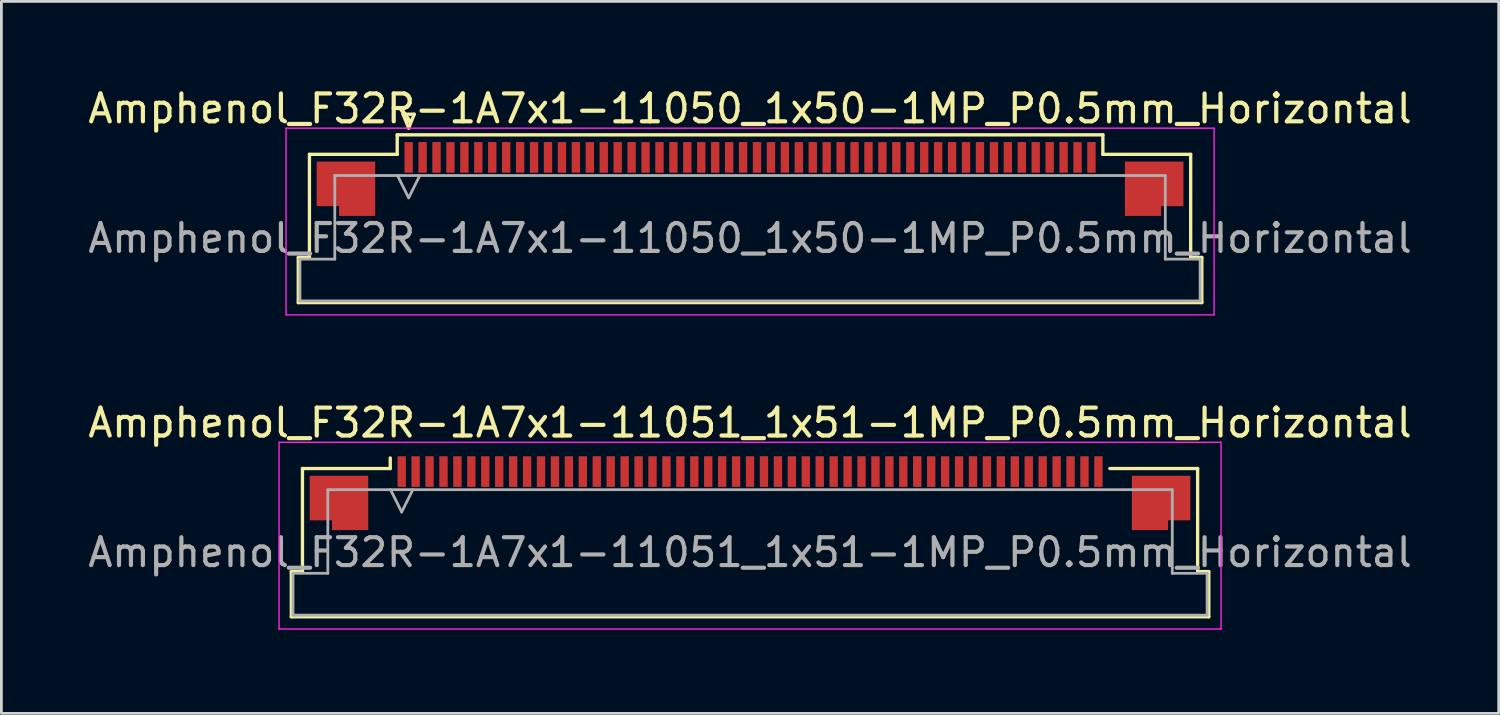
<source format=kicad_pcb>
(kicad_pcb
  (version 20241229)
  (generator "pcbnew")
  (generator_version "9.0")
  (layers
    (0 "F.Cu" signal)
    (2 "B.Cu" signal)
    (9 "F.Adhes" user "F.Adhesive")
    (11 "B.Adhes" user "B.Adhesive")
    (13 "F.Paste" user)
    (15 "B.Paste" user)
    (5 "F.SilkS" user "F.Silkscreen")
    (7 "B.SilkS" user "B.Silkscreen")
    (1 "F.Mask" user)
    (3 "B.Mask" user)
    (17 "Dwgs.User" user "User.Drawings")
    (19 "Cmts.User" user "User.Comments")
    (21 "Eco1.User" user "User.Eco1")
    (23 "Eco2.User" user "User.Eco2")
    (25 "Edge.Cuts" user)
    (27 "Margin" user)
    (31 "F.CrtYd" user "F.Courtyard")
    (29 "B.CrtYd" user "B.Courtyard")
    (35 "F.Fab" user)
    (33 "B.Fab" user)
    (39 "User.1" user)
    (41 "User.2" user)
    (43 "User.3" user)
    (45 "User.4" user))
  (footprint "Amphenol_F32R-1A7x1-11051_1x51-1MP_P0.5mm_Horizontal"
    (layer "F.Cu")
    (at 23.863 16.771)
    (property "Reference" "Amphenol_F32R-1A7x1-11051_1x51-1MP_P0.5mm_Horizontal" (at 0 -4.65 0) (layer "F.SilkS") (effects (font (size 1 1) (thickness 0.15))))
    (attr smd)
    (fp_line (start -16.46 0.69) (end -16.06 0.69) (stroke (width 0.12) (type solid)) (layer "F.SilkS"))
    (fp_line (start -16.46 2.31) (end -16.46 0.69) (stroke (width 0.12) (type solid)) (layer "F.SilkS"))
    (fp_line (start -16.06 -3.01) (end -12.91 -3.01) (stroke (width 0.12) (type solid)) (layer "F.SilkS"))
    (fp_line (start -16.06 0.69) (end -16.06 -3.01) (stroke (width 0.12) (type solid)) (layer "F.SilkS"))
    (fp_line (start -12.91 -3.01) (end -12.91 -3.39) (stroke (width 0.12) (type solid)) (layer "F.SilkS"))
    (fp_line (start 12.91 -3.01) (end 16.06 -3.01) (stroke (width 0.12) (type solid)) (layer "F.SilkS"))
    (fp_line (start 16.06 -3.01) (end 16.06 0.69) (stroke (width 0.12) (type solid)) (layer "F.SilkS"))
    (fp_line (start 16.06 0.69) (end 16.46 0.69) (stroke (width 0.12) (type solid)) (layer "F.SilkS"))
    (fp_line (start 16.46 0.69) (end 16.46 2.31) (stroke (width 0.12) (type solid)) (layer "F.SilkS"))
    (fp_line (start 16.46 2.31) (end -16.46 2.31) (stroke (width 0.12) (type solid)) (layer "F.SilkS"))
    (fp_line (start -16.9 -3.95) (end -16.9 2.75) (stroke (width 0.05) (type solid)) (layer "F.CrtYd"))
    (fp_line (start -16.9 2.75) (end 16.9 2.75) (stroke (width 0.05) (type solid)) (layer "F.CrtYd"))
    (fp_line (start 16.9 -3.95) (end -16.9 -3.95) (stroke (width 0.05) (type solid)) (layer "F.CrtYd"))
    (fp_line (start 16.9 2.75) (end 16.9 -3.95) (stroke (width 0.05) (type solid)) (layer "F.CrtYd"))
    (fp_line (start -16.4 0.75) (end -15.15 0.75) (stroke (width 0.1) (type solid)) (layer "F.Fab"))
    (fp_line (start -16.4 2.25) (end -16.4 0.75) (stroke (width 0.1) (type solid)) (layer "F.Fab"))
    (fp_line (start -15.15 -2.25) (end 15.15 -2.25) (stroke (width 0.1) (type solid)) (layer "F.Fab"))
    (fp_line (start -15.15 0.75) (end -15.15 -2.25) (stroke (width 0.1) (type solid)) (layer "F.Fab"))
    (fp_line (start -12.9 -2.25) (end -12.5 -1.45) (stroke (width 0.1) (type solid)) (layer "F.Fab"))
    (fp_line (start -12.5 -1.45) (end -12.1 -2.25) (stroke (width 0.1) (type solid)) (layer "F.Fab"))
    (fp_line (start 15.15 -2.25) (end 15.15 0.75) (stroke (width 0.1) (type solid)) (layer "F.Fab"))
    (fp_line (start 15.15 0.75) (end 16.4 0.75) (stroke (width 0.1) (type solid)) (layer "F.Fab"))
    (fp_line (start 16.4 0.75) (end 16.4 2.25) (stroke (width 0.1) (type solid)) (layer "F.Fab"))
    (fp_line (start 16.4 2.25) (end -16.4 2.25) (stroke (width 0.1) (type solid)) (layer "F.Fab"))
    (fp_text user "${REFERENCE}" (at 0 0 0) (layer "F.Fab") (effects (font (size 1 1) (thickness 0.15))))
    (pad "1" smd rect (at -12.5 -2.9) (size 0.3 1.1) (layers "F.Cu" "F.Mask" "F.Paste"))
    (pad "2" smd rect (at -12 -2.9) (size 0.3 1.1) (layers "F.Cu" "F.Mask" "F.Paste"))
    (pad "3" smd rect (at -11.5 -2.9) (size 0.3 1.1) (layers "F.Cu" "F.Mask" "F.Paste"))
    (pad "4" smd rect (at -11 -2.9) (size 0.3 1.1) (layers "F.Cu" "F.Mask" "F.Paste"))
    (pad "5" smd rect (at -10.5 -2.9) (size 0.3 1.1) (layers "F.Cu" "F.Mask" "F.Paste"))
    (pad "6" smd rect (at -10 -2.9) (size 0.3 1.1) (layers "F.Cu" "F.Mask" "F.Paste"))
    (pad "7" smd rect (at -9.5 -2.9) (size 0.3 1.1) (layers "F.Cu" "F.Mask" "F.Paste"))
    (pad "8" smd rect (at -9 -2.9) (size 0.3 1.1) (layers "F.Cu" "F.Mask" "F.Paste"))
    (pad "9" smd rect (at -8.5 -2.9) (size 0.3 1.1) (layers "F.Cu" "F.Mask" "F.Paste"))
    (pad "10" smd rect (at -8 -2.9) (size 0.3 1.1) (layers "F.Cu" "F.Mask" "F.Paste"))
    (pad "11" smd rect (at -7.5 -2.9) (size 0.3 1.1) (layers "F.Cu" "F.Mask" "F.Paste"))
    (pad "12" smd rect (at -7 -2.9) (size 0.3 1.1) (layers "F.Cu" "F.Mask" "F.Paste"))
    (pad "13" smd rect (at -6.5 -2.9) (size 0.3 1.1) (layers "F.Cu" "F.Mask" "F.Paste"))
    (pad "14" smd rect (at -6 -2.9) (size 0.3 1.1) (layers "F.Cu" "F.Mask" "F.Paste"))
    (pad "15" smd rect (at -5.5 -2.9) (size 0.3 1.1) (layers "F.Cu" "F.Mask" "F.Paste"))
    (pad "16" smd rect (at -5 -2.9) (size 0.3 1.1) (layers "F.Cu" "F.Mask" "F.Paste"))
    (pad "17" smd rect (at -4.5 -2.9) (size 0.3 1.1) (layers "F.Cu" "F.Mask" "F.Paste"))
    (pad "18" smd rect (at -4 -2.9) (size 0.3 1.1) (layers "F.Cu" "F.Mask" "F.Paste"))
    (pad "19" smd rect (at -3.5 -2.9) (size 0.3 1.1) (layers "F.Cu" "F.Mask" "F.Paste"))
    (pad "20" smd rect (at -3 -2.9) (size 0.3 1.1) (layers "F.Cu" "F.Mask" "F.Paste"))
    (pad "21" smd rect (at -2.5 -2.9) (size 0.3 1.1) (layers "F.Cu" "F.Mask" "F.Paste"))
    (pad "22" smd rect (at -2 -2.9) (size 0.3 1.1) (layers "F.Cu" "F.Mask" "F.Paste"))
    (pad "23" smd rect (at -1.5 -2.9) (size 0.3 1.1) (layers "F.Cu" "F.Mask" "F.Paste"))
    (pad "24" smd rect (at -1 -2.9) (size 0.3 1.1) (layers "F.Cu" "F.Mask" "F.Paste"))
    (pad "25" smd rect (at -0.5 -2.9) (size 0.3 1.1) (layers "F.Cu" "F.Mask" "F.Paste"))
    (pad "26" smd rect (at 0 -2.9) (size 0.3 1.1) (layers "F.Cu" "F.Mask" "F.Paste"))
    (pad "27" smd rect (at 0.5 -2.9) (size 0.3 1.1) (layers "F.Cu" "F.Mask" "F.Paste"))
    (pad "28" smd rect (at 1 -2.9) (size 0.3 1.1) (layers "F.Cu" "F.Mask" "F.Paste"))
    (pad "29" smd rect (at 1.5 -2.9) (size 0.3 1.1) (layers "F.Cu" "F.Mask" "F.Paste"))
    (pad "30" smd rect (at 2 -2.9) (size 0.3 1.1) (layers "F.Cu" "F.Mask" "F.Paste"))
    (pad "31" smd rect (at 2.5 -2.9) (size 0.3 1.1) (layers "F.Cu" "F.Mask" "F.Paste"))
    (pad "32" smd rect (at 3 -2.9) (size 0.3 1.1) (layers "F.Cu" "F.Mask" "F.Paste"))
    (pad "33" smd rect (at 3.5 -2.9) (size 0.3 1.1) (layers "F.Cu" "F.Mask" "F.Paste"))
    (pad "34" smd rect (at 4 -2.9) (size 0.3 1.1) (layers "F.Cu" "F.Mask" "F.Paste"))
    (pad "35" smd rect (at 4.5 -2.9) (size 0.3 1.1) (layers "F.Cu" "F.Mask" "F.Paste"))
    (pad "36" smd rect (at 5 -2.9) (size 0.3 1.1) (layers "F.Cu" "F.Mask" "F.Paste"))
    (pad "37" smd rect (at 5.5 -2.9) (size 0.3 1.1) (layers "F.Cu" "F.Mask" "F.Paste"))
    (pad "38" smd rect (at 6 -2.9) (size 0.3 1.1) (layers "F.Cu" "F.Mask" "F.Paste"))
    (pad "39" smd rect (at 6.5 -2.9) (size 0.3 1.1) (layers "F.Cu" "F.Mask" "F.Paste"))
    (pad "40" smd rect (at 7 -2.9) (size 0.3 1.1) (layers "F.Cu" "F.Mask" "F.Paste"))
    (pad "41" smd rect (at 7.5 -2.9) (size 0.3 1.1) (layers "F.Cu" "F.Mask" "F.Paste"))
    (pad "42" smd rect (at 8 -2.9) (size 0.3 1.1) (layers "F.Cu" "F.Mask" "F.Paste"))
    (pad "43" smd rect (at 8.5 -2.9) (size 0.3 1.1) (layers "F.Cu" "F.Mask" "F.Paste"))
    (pad "44" smd rect (at 9 -2.9) (size 0.3 1.1) (layers "F.Cu" "F.Mask" "F.Paste"))
    (pad "45" smd rect (at 9.5 -2.9) (size 0.3 1.1) (layers "F.Cu" "F.Mask" "F.Paste"))
    (pad "46" smd rect (at 10 -2.9) (size 0.3 1.1) (layers "F.Cu" "F.Mask" "F.Paste"))
    (pad "47" smd rect (at 10.5 -2.9) (size 0.3 1.1) (layers "F.Cu" "F.Mask" "F.Paste"))
    (pad "48" smd rect (at 11 -2.9) (size 0.3 1.1) (layers "F.Cu" "F.Mask" "F.Paste"))
    (pad "49" smd rect (at 11.5 -2.9) (size 0.3 1.1) (layers "F.Cu" "F.Mask" "F.Paste"))
    (pad "50" smd rect (at 12 -2.9) (size 0.3 1.1) (layers "F.Cu" "F.Mask" "F.Paste"))
    (pad "51" smd rect (at 12.5 -2.9) (size 0.3 1.1) (layers "F.Cu" "F.Mask" "F.Paste"))
    (pad "MP" smd custom (at -14.75 -1.775) (size 1 1) (layers "F.Cu" "F.Mask" "F.Paste") (options (anchor circle)) (primitives (gr_poly (pts (xy 1.05 -0.975) (xy 1.05 0.975) (xy -0.25 0.975) (xy -0.25 0.625) (xy -1.05 0.625) (xy -1.05 -0.975) (xy 1.05 -0.975)) (width 0) (fill yes))))
    (pad "MP" smd custom (at 14.75 -1.775) (size 1 1) (layers "F.Cu" "F.Mask" "F.Paste") (options (anchor circle)) (primitives (gr_poly (pts (xy -1.05 -0.975) (xy -1.05 0.975) (xy 0.25 0.975) (xy 0.25 0.625) (xy 1.05 0.625) (xy 1.05 -0.975) (xy -1.05 -0.975)) (width 0) (fill yes)))))
  (footprint "Amphenol_F32R-1A7x1-11050_1x50-1MP_P0.5mm_Horizontal"
    (layer "F.Cu")
    (at 23.863 5.498)
    (property "Reference" "Amphenol_F32R-1A7x1-11050_1x50-1MP_P0.5mm_Horizontal" (at 0 -4.65 0) (layer "F.SilkS") (effects (font (size 1 1) (thickness 0.15))))
    (attr smd)
    (fp_line (start -16.21 0.69) (end -15.81 0.69) (stroke (width 0.12) (type solid)) (layer "F.SilkS"))
    (fp_line (start -16.21 2.31) (end -16.21 0.69) (stroke (width 0.12) (type solid)) (layer "F.SilkS"))
    (fp_line (start -15.81 -3.01) (end -12.66 -3.01) (stroke (width 0.12) (type solid)) (layer "F.SilkS"))
    (fp_line (start -15.81 0.69) (end -15.81 -3.01) (stroke (width 0.12) (type solid)) (layer "F.SilkS"))
    (fp_line (start -12.66 -3.71) (end 12.66 -3.71) (stroke (width 0.12) (type solid)) (layer "F.SilkS"))
    (fp_line (start -12.66 -3.01) (end -12.66 -3.71) (stroke (width 0.12) (type solid)) (layer "F.SilkS"))
    (fp_line (start -12.45 -4.45) (end -12.25 -3.95) (stroke (width 0.12) (type solid)) (layer "F.SilkS"))
    (fp_line (start -12.25 -3.95) (end -12.05 -4.45) (stroke (width 0.12) (type solid)) (layer "F.SilkS"))
    (fp_line (start -12.05 -4.45) (end -12.45 -4.45) (stroke (width 0.12) (type solid)) (layer "F.SilkS"))
    (fp_line (start 12.66 -3.71) (end 12.66 -3.01) (stroke (width 0.12) (type solid)) (layer "F.SilkS"))
    (fp_line (start 12.66 -3.01) (end 15.81 -3.01) (stroke (width 0.12) (type solid)) (layer "F.SilkS"))
    (fp_line (start 15.81 -3.01) (end 15.81 0.69) (stroke (width 0.12) (type solid)) (layer "F.SilkS"))
    (fp_line (start 15.81 0.69) (end 16.21 0.69) (stroke (width 0.12) (type solid)) (layer "F.SilkS"))
    (fp_line (start 16.21 0.69) (end 16.21 2.31) (stroke (width 0.12) (type solid)) (layer "F.SilkS"))
    (fp_line (start 16.21 2.31) (end -16.21 2.31) (stroke (width 0.12) (type solid)) (layer "F.SilkS"))
    (fp_line (start -16.65 -3.95) (end -16.65 2.75) (stroke (width 0.05) (type solid)) (layer "F.CrtYd"))
    (fp_line (start -16.65 2.75) (end 16.65 2.75) (stroke (width 0.05) (type solid)) (layer "F.CrtYd"))
    (fp_line (start 16.65 -3.95) (end -16.65 -3.95) (stroke (width 0.05) (type solid)) (layer "F.CrtYd"))
    (fp_line (start 16.65 2.75) (end 16.65 -3.95) (stroke (width 0.05) (type solid)) (layer "F.CrtYd"))
    (fp_line (start -16.15 0.75) (end -14.9 0.75) (stroke (width 0.1) (type solid)) (layer "F.Fab"))
    (fp_line (start -16.15 2.25) (end -16.15 0.75) (stroke (width 0.1) (type solid)) (layer "F.Fab"))
    (fp_line (start -14.9 -2.25) (end 14.9 -2.25) (stroke (width 0.1) (type solid)) (layer "F.Fab"))
    (fp_line (start -14.9 0.75) (end -14.9 -2.25) (stroke (width 0.1) (type solid)) (layer "F.Fab"))
    (fp_line (start -12.65 -2.25) (end -12.25 -1.45) (stroke (width 0.1) (type solid)) (layer "F.Fab"))
    (fp_line (start -12.25 -1.45) (end -11.85 -2.25) (stroke (width 0.1) (type solid)) (layer "F.Fab"))
    (fp_line (start 14.9 -2.25) (end 14.9 0.75) (stroke (width 0.1) (type solid)) (layer "F.Fab"))
    (fp_line (start 14.9 0.75) (end 16.15 0.75) (stroke (width 0.1) (type solid)) (layer "F.Fab"))
    (fp_line (start 16.15 0.75) (end 16.15 2.25) (stroke (width 0.1) (type solid)) (layer "F.Fab"))
    (fp_line (start 16.15 2.25) (end -16.15 2.25) (stroke (width 0.1) (type solid)) (layer "F.Fab"))
    (fp_text user "${REFERENCE}" (at 0 0 0) (layer "F.Fab") (effects (font (size 1 1) (thickness 0.15))))
    (pad "1" smd rect (at -12.25 -2.9) (size 0.3 1.1) (layers "F.Cu" "F.Mask" "F.Paste"))
    (pad "2" smd rect (at -11.75 -2.9) (size 0.3 1.1) (layers "F.Cu" "F.Mask" "F.Paste"))
    (pad "3" smd rect (at -11.25 -2.9) (size 0.3 1.1) (layers "F.Cu" "F.Mask" "F.Paste"))
    (pad "4" smd rect (at -10.75 -2.9) (size 0.3 1.1) (layers "F.Cu" "F.Mask" "F.Paste"))
    (pad "5" smd rect (at -10.25 -2.9) (size 0.3 1.1) (layers "F.Cu" "F.Mask" "F.Paste"))
    (pad "6" smd rect (at -9.75 -2.9) (size 0.3 1.1) (layers "F.Cu" "F.Mask" "F.Paste"))
    (pad "7" smd rect (at -9.25 -2.9) (size 0.3 1.1) (layers "F.Cu" "F.Mask" "F.Paste"))
    (pad "8" smd rect (at -8.75 -2.9) (size 0.3 1.1) (layers "F.Cu" "F.Mask" "F.Paste"))
    (pad "9" smd rect (at -8.25 -2.9) (size 0.3 1.1) (layers "F.Cu" "F.Mask" "F.Paste"))
    (pad "10" smd rect (at -7.75 -2.9) (size 0.3 1.1) (layers "F.Cu" "F.Mask" "F.Paste"))
    (pad "11" smd rect (at -7.25 -2.9) (size 0.3 1.1) (layers "F.Cu" "F.Mask" "F.Paste"))
    (pad "12" smd rect (at -6.75 -2.9) (size 0.3 1.1) (layers "F.Cu" "F.Mask" "F.Paste"))
    (pad "13" smd rect (at -6.25 -2.9) (size 0.3 1.1) (layers "F.Cu" "F.Mask" "F.Paste"))
    (pad "14" smd rect (at -5.75 -2.9) (size 0.3 1.1) (layers "F.Cu" "F.Mask" "F.Paste"))
    (pad "15" smd rect (at -5.25 -2.9) (size 0.3 1.1) (layers "F.Cu" "F.Mask" "F.Paste"))
    (pad "16" smd rect (at -4.75 -2.9) (size 0.3 1.1) (layers "F.Cu" "F.Mask" "F.Paste"))
    (pad "17" smd rect (at -4.25 -2.9) (size 0.3 1.1) (layers "F.Cu" "F.Mask" "F.Paste"))
    (pad "18" smd rect (at -3.75 -2.9) (size 0.3 1.1) (layers "F.Cu" "F.Mask" "F.Paste"))
    (pad "19" smd rect (at -3.25 -2.9) (size 0.3 1.1) (layers "F.Cu" "F.Mask" "F.Paste"))
    (pad "20" smd rect (at -2.75 -2.9) (size 0.3 1.1) (layers "F.Cu" "F.Mask" "F.Paste"))
    (pad "21" smd rect (at -2.25 -2.9) (size 0.3 1.1) (layers "F.Cu" "F.Mask" "F.Paste"))
    (pad "22" smd rect (at -1.75 -2.9) (size 0.3 1.1) (layers "F.Cu" "F.Mask" "F.Paste"))
    (pad "23" smd rect (at -1.25 -2.9) (size 0.3 1.1) (layers "F.Cu" "F.Mask" "F.Paste"))
    (pad "24" smd rect (at -0.75 -2.9) (size 0.3 1.1) (layers "F.Cu" "F.Mask" "F.Paste"))
    (pad "25" smd rect (at -0.25 -2.9) (size 0.3 1.1) (layers "F.Cu" "F.Mask" "F.Paste"))
    (pad "26" smd rect (at 0.25 -2.9) (size 0.3 1.1) (layers "F.Cu" "F.Mask" "F.Paste"))
    (pad "27" smd rect (at 0.75 -2.9) (size 0.3 1.1) (layers "F.Cu" "F.Mask" "F.Paste"))
    (pad "28" smd rect (at 1.25 -2.9) (size 0.3 1.1) (layers "F.Cu" "F.Mask" "F.Paste"))
    (pad "29" smd rect (at 1.75 -2.9) (size 0.3 1.1) (layers "F.Cu" "F.Mask" "F.Paste"))
    (pad "30" smd rect (at 2.25 -2.9) (size 0.3 1.1) (layers "F.Cu" "F.Mask" "F.Paste"))
    (pad "31" smd rect (at 2.75 -2.9) (size 0.3 1.1) (layers "F.Cu" "F.Mask" "F.Paste"))
    (pad "32" smd rect (at 3.25 -2.9) (size 0.3 1.1) (layers "F.Cu" "F.Mask" "F.Paste"))
    (pad "33" smd rect (at 3.75 -2.9) (size 0.3 1.1) (layers "F.Cu" "F.Mask" "F.Paste"))
    (pad "34" smd rect (at 4.25 -2.9) (size 0.3 1.1) (layers "F.Cu" "F.Mask" "F.Paste"))
    (pad "35" smd rect (at 4.75 -2.9) (size 0.3 1.1) (layers "F.Cu" "F.Mask" "F.Paste"))
    (pad "36" smd rect (at 5.25 -2.9) (size 0.3 1.1) (layers "F.Cu" "F.Mask" "F.Paste"))
    (pad "37" smd rect (at 5.75 -2.9) (size 0.3 1.1) (layers "F.Cu" "F.Mask" "F.Paste"))
    (pad "38" smd rect (at 6.25 -2.9) (size 0.3 1.1) (layers "F.Cu" "F.Mask" "F.Paste"))
    (pad "39" smd rect (at 6.75 -2.9) (size 0.3 1.1) (layers "F.Cu" "F.Mask" "F.Paste"))
    (pad "40" smd rect (at 7.25 -2.9) (size 0.3 1.1) (layers "F.Cu" "F.Mask" "F.Paste"))
    (pad "41" smd rect (at 7.75 -2.9) (size 0.3 1.1) (layers "F.Cu" "F.Mask" "F.Paste"))
    (pad "42" smd rect (at 8.25 -2.9) (size 0.3 1.1) (layers "F.Cu" "F.Mask" "F.Paste"))
    (pad "43" smd rect (at 8.75 -2.9) (size 0.3 1.1) (layers "F.Cu" "F.Mask" "F.Paste"))
    (pad "44" smd rect (at 9.25 -2.9) (size 0.3 1.1) (layers "F.Cu" "F.Mask" "F.Paste"))
    (pad "45" smd rect (at 9.75 -2.9) (size 0.3 1.1) (layers "F.Cu" "F.Mask" "F.Paste"))
    (pad "46" smd rect (at 10.25 -2.9) (size 0.3 1.1) (layers "F.Cu" "F.Mask" "F.Paste"))
    (pad "47" smd rect (at 10.75 -2.9) (size 0.3 1.1) (layers "F.Cu" "F.Mask" "F.Paste"))
    (pad "48" smd rect (at 11.25 -2.9) (size 0.3 1.1) (layers "F.Cu" "F.Mask" "F.Paste"))
    (pad "49" smd rect (at 11.75 -2.9) (size 0.3 1.1) (layers "F.Cu" "F.Mask" "F.Paste"))
    (pad "50" smd rect (at 12.25 -2.9) (size 0.3 1.1) (layers "F.Cu" "F.Mask" "F.Paste"))
    (pad "MP" smd custom (at -14.5 -1.775) (size 1 1) (layers "F.Cu" "F.Mask" "F.Paste") (options (anchor circle)) (primitives (gr_poly (pts (xy 1.05 -0.975) (xy 1.05 0.975) (xy -0.25 0.975) (xy -0.25 0.625) (xy -1.05 0.625) (xy -1.05 -0.975) (xy 1.05 -0.975)) (width 0) (fill yes))))
    (pad "MP" smd custom (at 14.5 -1.775) (size 1 1) (layers "F.Cu" "F.Mask" "F.Paste") (options (anchor circle)) (primitives (gr_poly (pts (xy -1.05 -0.975) (xy -1.05 0.975) (xy 0.25 0.975) (xy 0.25 0.625) (xy 1.05 0.625) (xy 1.05 -0.975) (xy -1.05 -0.975)) (width 0) (fill yes)))))
  (gr_rect
    (start -3 -3)
    (end 50.726 22.547)
    (stroke (width 0.1) (type default))
    (fill no)
    (layer "Edge.Cuts")))
</source>
